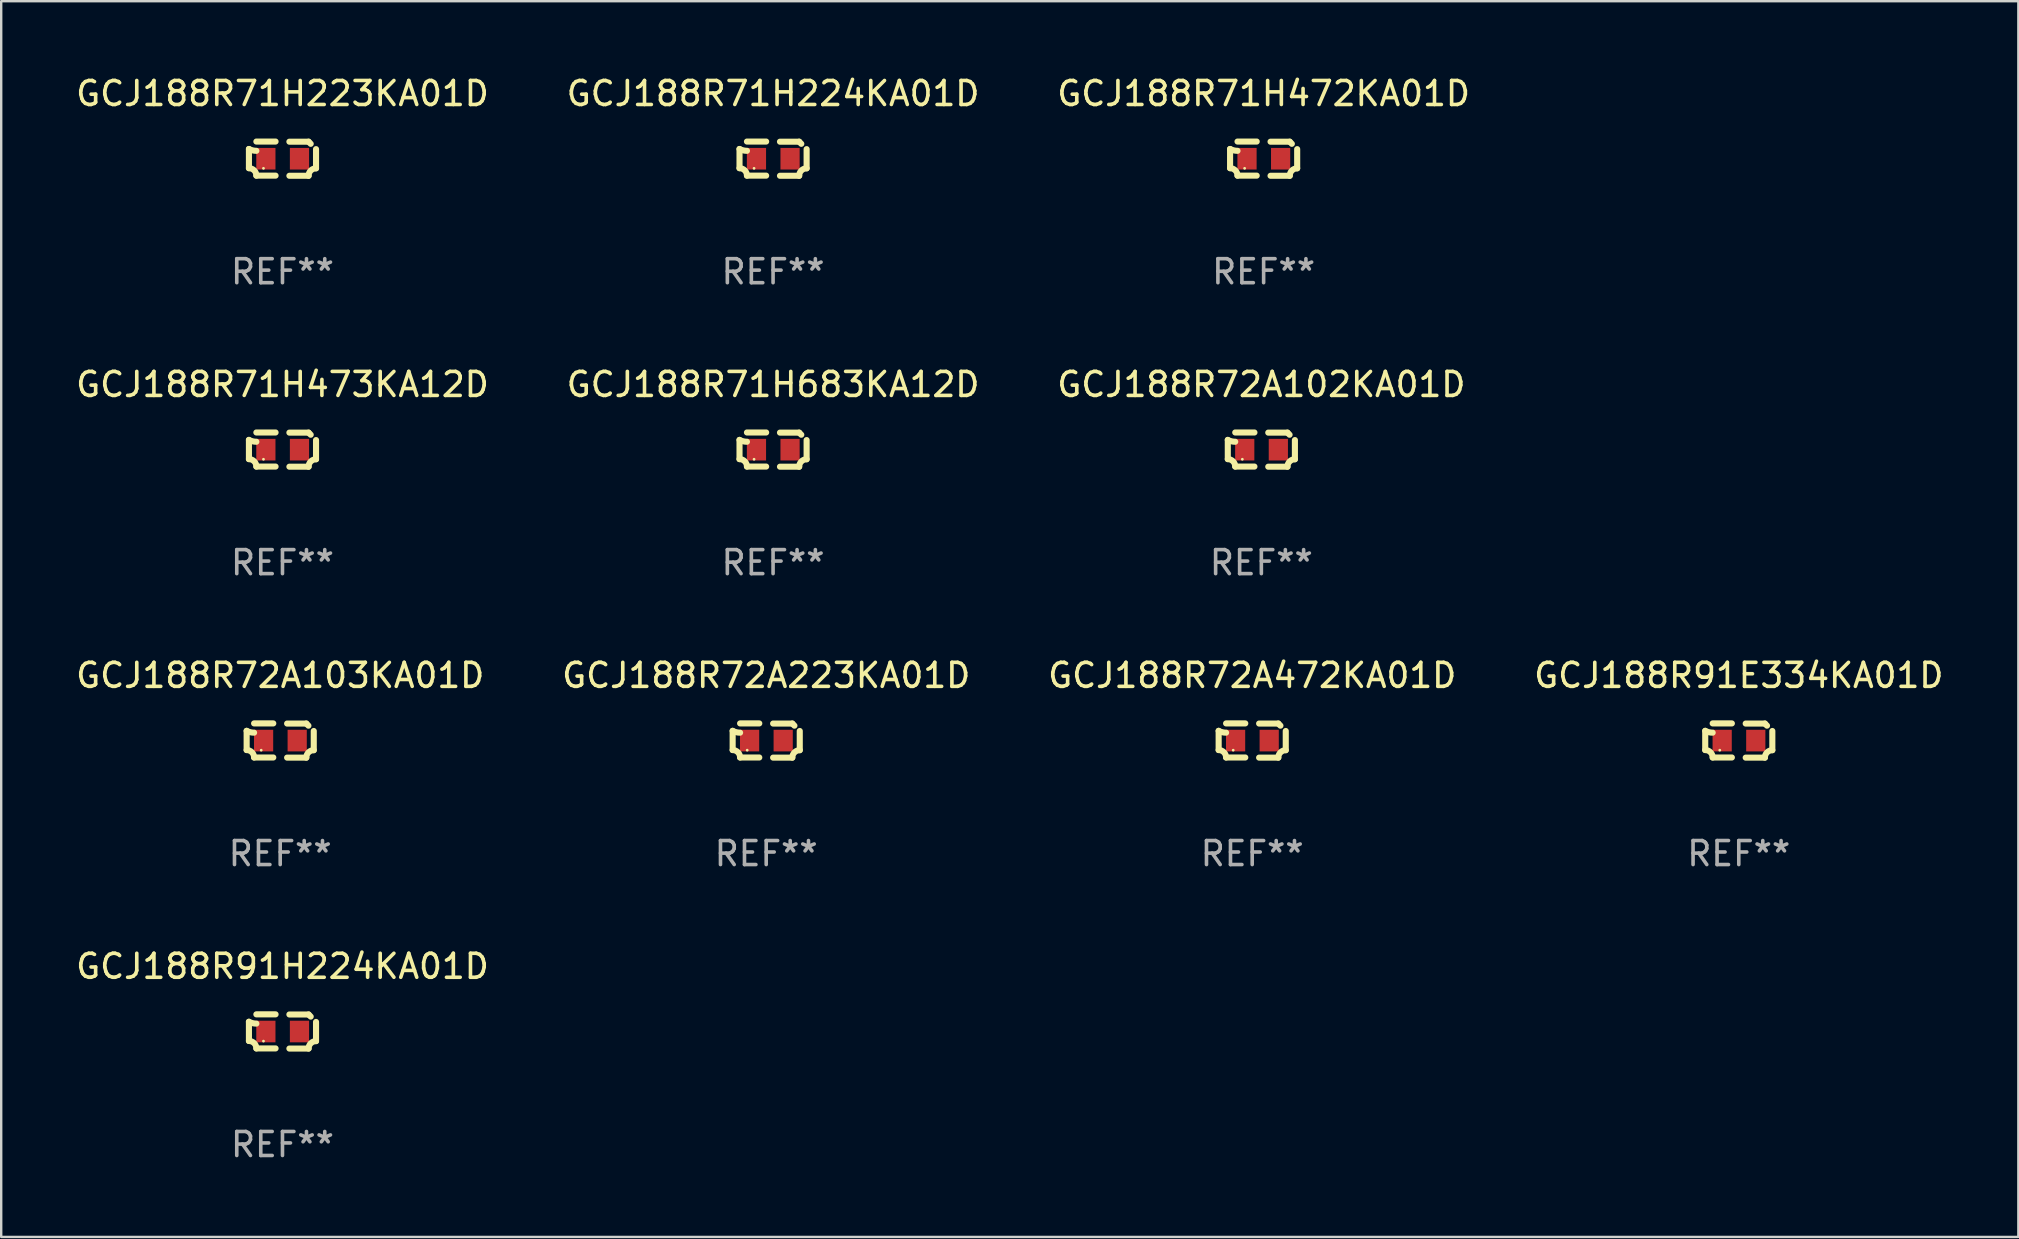
<source format=kicad_pcb>
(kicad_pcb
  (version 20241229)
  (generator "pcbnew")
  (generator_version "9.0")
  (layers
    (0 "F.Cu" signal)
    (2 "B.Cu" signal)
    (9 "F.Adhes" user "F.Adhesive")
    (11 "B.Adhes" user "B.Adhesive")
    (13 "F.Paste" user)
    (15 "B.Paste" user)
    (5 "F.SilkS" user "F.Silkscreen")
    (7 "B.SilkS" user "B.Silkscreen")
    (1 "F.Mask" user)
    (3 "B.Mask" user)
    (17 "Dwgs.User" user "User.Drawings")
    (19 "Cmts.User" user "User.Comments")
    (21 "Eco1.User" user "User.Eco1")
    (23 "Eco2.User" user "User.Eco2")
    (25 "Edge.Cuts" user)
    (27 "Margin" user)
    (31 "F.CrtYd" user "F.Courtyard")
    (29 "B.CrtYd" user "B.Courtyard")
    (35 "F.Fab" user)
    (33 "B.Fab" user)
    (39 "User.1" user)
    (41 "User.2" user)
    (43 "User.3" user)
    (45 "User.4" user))
  (footprint "GCJ188R91H224KA01D"
    (layer "F.Cu")
    (at 8.72 39.927)
    (property "Reference" "GCJ188R91H224KA01D" (at 0 -2.713 0) (layer "F.SilkS") (effects (font (size 1 1) (thickness 0.15))))
    (attr through_hole)
    (fp_line (start -1.398 -0.403) (end -1.398 0.397) (stroke (width 0.254) (type solid)) (layer "F.SilkS"))
    (fp_line (start -0.288 -0.713) (end -1.088 -0.713) (stroke (width 0.254) (type solid)) (layer "F.SilkS"))
    (fp_line (start -0.288 0.707) (end -1.088 0.707) (stroke (width 0.254) (type solid)) (layer "F.SilkS"))
    (fp_line (start 0.288 -0.707) (end 1.088 -0.707) (stroke (width 0.254) (type solid)) (layer "F.SilkS"))
    (fp_line (start 0.288 0.713) (end 1.088 0.713) (stroke (width 0.254) (type solid)) (layer "F.SilkS"))
    (fp_line (start 1.398 -0.397) (end 1.398 0.403) (stroke (width 0.254) (type solid)) (layer "F.SilkS"))
    (fp_arc (start -1.397789 0.397066) (mid -1.178701 0.487826) (end -1.08796 0.706922) (stroke (width 0.254001) (type solid)) (layer "F.SilkS"))
    (fp_arc (start -1.08796 -0.327176) (mid -1.247436 -0.346384) (end -1.39779 -0.402908) (stroke (width 0.254001) (type solid)) (layer "F.SilkS"))
    (fp_arc (start 1.087909 0.712738) (mid 1.178656 0.493655) (end 1.397739 0.402908) (stroke (width 0.254001) (type solid)) (layer "F.SilkS"))
    (fp_arc (start 1.175925 -0.618926) (mid 1.131917 -0.662923) (end 1.08791 -0.706922) (stroke (width 0.254001) (type solid)) (layer "F.SilkS"))
    (fp_circle (center -0.792 0.403) (end -0.762 0.403) (stroke (width 0.06) (type solid)) (fill no) (layer "F.SilkS"))
    (fp_text user "REF**" (at 0 4.713 0) (layer "F.Fab") (effects (font (size 1 1) (thickness 0.15))))
    (pad "1" smd rect (at -0.692 0.003) (size 0.8 0.9) (layers "F.Cu" "F.Mask" "F.Paste"))
    (pad "2" smd rect (at 0.708 0.003) (size 0.8 0.9) (layers "F.Cu" "F.Mask" "F.Paste")))
  (footprint "GCJ188R91E334KA01D"
    (layer "F.Cu")
    (at 69.399 27.805)
    (property "Reference" "GCJ188R91E334KA01D" (at 0 -2.713 0) (layer "F.SilkS") (effects (font (size 1 1) (thickness 0.15))))
    (attr through_hole)
    (fp_line (start -1.398 -0.403) (end -1.398 0.397) (stroke (width 0.254) (type solid)) (layer "F.SilkS"))
    (fp_line (start -0.288 -0.713) (end -1.088 -0.713) (stroke (width 0.254) (type solid)) (layer "F.SilkS"))
    (fp_line (start -0.288 0.707) (end -1.088 0.707) (stroke (width 0.254) (type solid)) (layer "F.SilkS"))
    (fp_line (start 0.288 -0.707) (end 1.088 -0.707) (stroke (width 0.254) (type solid)) (layer "F.SilkS"))
    (fp_line (start 0.288 0.713) (end 1.088 0.713) (stroke (width 0.254) (type solid)) (layer "F.SilkS"))
    (fp_line (start 1.398 -0.397) (end 1.398 0.403) (stroke (width 0.254) (type solid)) (layer "F.SilkS"))
    (fp_arc (start -1.397789 0.397066) (mid -1.178701 0.487826) (end -1.08796 0.706922) (stroke (width 0.254001) (type solid)) (layer "F.SilkS"))
    (fp_arc (start -1.08796 -0.327176) (mid -1.247436 -0.346384) (end -1.39779 -0.402908) (stroke (width 0.254001) (type solid)) (layer "F.SilkS"))
    (fp_arc (start 1.087909 0.712738) (mid 1.178656 0.493655) (end 1.397739 0.402908) (stroke (width 0.254001) (type solid)) (layer "F.SilkS"))
    (fp_arc (start 1.175925 -0.618926) (mid 1.131917 -0.662923) (end 1.08791 -0.706922) (stroke (width 0.254001) (type solid)) (layer "F.SilkS"))
    (fp_circle (center -0.792 0.403) (end -0.762 0.403) (stroke (width 0.06) (type solid)) (fill no) (layer "F.SilkS"))
    (fp_text user "REF**" (at 0 4.713 0) (layer "F.Fab") (effects (font (size 1 1) (thickness 0.15))))
    (pad "1" smd rect (at -0.692 0.003) (size 0.8 0.9) (layers "F.Cu" "F.Mask" "F.Paste"))
    (pad "2" smd rect (at 0.708 0.003) (size 0.8 0.9) (layers "F.Cu" "F.Mask" "F.Paste")))
  (footprint "GCJ188R71H472KA01D"
    (layer "F.Cu")
    (at 49.601 3.561)
    (property "Reference" "GCJ188R71H472KA01D" (at 0 -2.713 0) (layer "F.SilkS") (effects (font (size 1 1) (thickness 0.15))))
    (attr through_hole)
    (fp_line (start -1.398 -0.403) (end -1.398 0.397) (stroke (width 0.254) (type solid)) (layer "F.SilkS"))
    (fp_line (start -0.288 -0.713) (end -1.088 -0.713) (stroke (width 0.254) (type solid)) (layer "F.SilkS"))
    (fp_line (start -0.288 0.707) (end -1.088 0.707) (stroke (width 0.254) (type solid)) (layer "F.SilkS"))
    (fp_line (start 0.288 -0.707) (end 1.088 -0.707) (stroke (width 0.254) (type solid)) (layer "F.SilkS"))
    (fp_line (start 0.288 0.713) (end 1.088 0.713) (stroke (width 0.254) (type solid)) (layer "F.SilkS"))
    (fp_line (start 1.398 -0.397) (end 1.398 0.403) (stroke (width 0.254) (type solid)) (layer "F.SilkS"))
    (fp_arc (start -1.397789 0.397066) (mid -1.178701 0.487826) (end -1.08796 0.706922) (stroke (width 0.254001) (type solid)) (layer "F.SilkS"))
    (fp_arc (start -1.08796 -0.327176) (mid -1.247436 -0.346384) (end -1.39779 -0.402908) (stroke (width 0.254001) (type solid)) (layer "F.SilkS"))
    (fp_arc (start 1.087909 0.712738) (mid 1.178656 0.493655) (end 1.397739 0.402908) (stroke (width 0.254001) (type solid)) (layer "F.SilkS"))
    (fp_arc (start 1.175925 -0.618926) (mid 1.131917 -0.662923) (end 1.08791 -0.706922) (stroke (width 0.254001) (type solid)) (layer "F.SilkS"))
    (fp_circle (center -0.792 0.403) (end -0.762 0.403) (stroke (width 0.06) (type solid)) (fill no) (layer "F.SilkS"))
    (fp_text user "REF**" (at 0 4.713 0) (layer "F.Fab") (effects (font (size 1 1) (thickness 0.15))))
    (pad "1" smd rect (at -0.692 0.003) (size 0.8 0.9) (layers "F.Cu" "F.Mask" "F.Paste"))
    (pad "2" smd rect (at 0.708 0.003) (size 0.8 0.9) (layers "F.Cu" "F.Mask" "F.Paste")))
  (footprint "GCJ188R71H683KA12D"
    (layer "F.Cu")
    (at 29.161 15.683)
    (property "Reference" "GCJ188R71H683KA12D" (at 0 -2.713 0) (layer "F.SilkS") (effects (font (size 1 1) (thickness 0.15))))
    (attr through_hole)
    (fp_line (start -1.398 -0.403) (end -1.398 0.397) (stroke (width 0.254) (type solid)) (layer "F.SilkS"))
    (fp_line (start -0.288 -0.713) (end -1.088 -0.713) (stroke (width 0.254) (type solid)) (layer "F.SilkS"))
    (fp_line (start -0.288 0.707) (end -1.088 0.707) (stroke (width 0.254) (type solid)) (layer "F.SilkS"))
    (fp_line (start 0.288 -0.707) (end 1.088 -0.707) (stroke (width 0.254) (type solid)) (layer "F.SilkS"))
    (fp_line (start 0.288 0.713) (end 1.088 0.713) (stroke (width 0.254) (type solid)) (layer "F.SilkS"))
    (fp_line (start 1.398 -0.397) (end 1.398 0.403) (stroke (width 0.254) (type solid)) (layer "F.SilkS"))
    (fp_arc (start -1.397789 0.397066) (mid -1.178701 0.487826) (end -1.08796 0.706922) (stroke (width 0.254001) (type solid)) (layer "F.SilkS"))
    (fp_arc (start -1.08796 -0.327176) (mid -1.247436 -0.346384) (end -1.39779 -0.402908) (stroke (width 0.254001) (type solid)) (layer "F.SilkS"))
    (fp_arc (start 1.087909 0.712738) (mid 1.178656 0.493655) (end 1.397739 0.402908) (stroke (width 0.254001) (type solid)) (layer "F.SilkS"))
    (fp_arc (start 1.175925 -0.618926) (mid 1.131917 -0.662923) (end 1.08791 -0.706922) (stroke (width 0.254001) (type solid)) (layer "F.SilkS"))
    (fp_circle (center -0.792 0.403) (end -0.762 0.403) (stroke (width 0.06) (type solid)) (fill no) (layer "F.SilkS"))
    (fp_text user "REF**" (at 0 4.713 0) (layer "F.Fab") (effects (font (size 1 1) (thickness 0.15))))
    (pad "1" smd rect (at -0.692 0.003) (size 0.8 0.9) (layers "F.Cu" "F.Mask" "F.Paste"))
    (pad "2" smd rect (at 0.708 0.003) (size 0.8 0.9) (layers "F.Cu" "F.Mask" "F.Paste")))
  (footprint "GCJ188R72A223KA01D"
    (layer "F.Cu")
    (at 28.875 27.805)
    (property "Reference" "GCJ188R72A223KA01D" (at 0 -2.713 0) (layer "F.SilkS") (effects (font (size 1 1) (thickness 0.15))))
    (attr through_hole)
    (fp_line (start -1.398 -0.403) (end -1.398 0.397) (stroke (width 0.254) (type solid)) (layer "F.SilkS"))
    (fp_line (start -0.288 -0.713) (end -1.088 -0.713) (stroke (width 0.254) (type solid)) (layer "F.SilkS"))
    (fp_line (start -0.288 0.707) (end -1.088 0.707) (stroke (width 0.254) (type solid)) (layer "F.SilkS"))
    (fp_line (start 0.288 -0.707) (end 1.088 -0.707) (stroke (width 0.254) (type solid)) (layer "F.SilkS"))
    (fp_line (start 0.288 0.713) (end 1.088 0.713) (stroke (width 0.254) (type solid)) (layer "F.SilkS"))
    (fp_line (start 1.398 -0.397) (end 1.398 0.403) (stroke (width 0.254) (type solid)) (layer "F.SilkS"))
    (fp_arc (start -1.397789 0.397066) (mid -1.178701 0.487826) (end -1.08796 0.706922) (stroke (width 0.254001) (type solid)) (layer "F.SilkS"))
    (fp_arc (start -1.08796 -0.327176) (mid -1.247436 -0.346384) (end -1.39779 -0.402908) (stroke (width 0.254001) (type solid)) (layer "F.SilkS"))
    (fp_arc (start 1.087909 0.712738) (mid 1.178656 0.493655) (end 1.397739 0.402908) (stroke (width 0.254001) (type solid)) (layer "F.SilkS"))
    (fp_arc (start 1.175925 -0.618926) (mid 1.131917 -0.662923) (end 1.08791 -0.706922) (stroke (width 0.254001) (type solid)) (layer "F.SilkS"))
    (fp_circle (center -0.792 0.403) (end -0.762 0.403) (stroke (width 0.06) (type solid)) (fill no) (layer "F.SilkS"))
    (fp_text user "REF**" (at 0 4.713 0) (layer "F.Fab") (effects (font (size 1 1) (thickness 0.15))))
    (pad "1" smd rect (at -0.692 0.003) (size 0.8 0.9) (layers "F.Cu" "F.Mask" "F.Paste"))
    (pad "2" smd rect (at 0.708 0.003) (size 0.8 0.9) (layers "F.Cu" "F.Mask" "F.Paste")))
  (footprint "GCJ188R72A102KA01D"
    (layer "F.Cu")
    (at 49.506 15.683)
    (property "Reference" "GCJ188R72A102KA01D" (at 0 -2.713 0) (layer "F.SilkS") (effects (font (size 1 1) (thickness 0.15))))
    (attr through_hole)
    (fp_line (start -1.398 -0.403) (end -1.398 0.397) (stroke (width 0.254) (type solid)) (layer "F.SilkS"))
    (fp_line (start -0.288 -0.713) (end -1.088 -0.713) (stroke (width 0.254) (type solid)) (layer "F.SilkS"))
    (fp_line (start -0.288 0.707) (end -1.088 0.707) (stroke (width 0.254) (type solid)) (layer "F.SilkS"))
    (fp_line (start 0.288 -0.707) (end 1.088 -0.707) (stroke (width 0.254) (type solid)) (layer "F.SilkS"))
    (fp_line (start 0.288 0.713) (end 1.088 0.713) (stroke (width 0.254) (type solid)) (layer "F.SilkS"))
    (fp_line (start 1.398 -0.397) (end 1.398 0.403) (stroke (width 0.254) (type solid)) (layer "F.SilkS"))
    (fp_arc (start -1.397789 0.397066) (mid -1.178701 0.487826) (end -1.08796 0.706922) (stroke (width 0.254001) (type solid)) (layer "F.SilkS"))
    (fp_arc (start -1.08796 -0.327176) (mid -1.247436 -0.346384) (end -1.39779 -0.402908) (stroke (width 0.254001) (type solid)) (layer "F.SilkS"))
    (fp_arc (start 1.087909 0.712738) (mid 1.178656 0.493655) (end 1.397739 0.402908) (stroke (width 0.254001) (type solid)) (layer "F.SilkS"))
    (fp_arc (start 1.175925 -0.618926) (mid 1.131917 -0.662923) (end 1.08791 -0.706922) (stroke (width 0.254001) (type solid)) (layer "F.SilkS"))
    (fp_circle (center -0.792 0.403) (end -0.762 0.403) (stroke (width 0.06) (type solid)) (fill no) (layer "F.SilkS"))
    (fp_text user "REF**" (at 0 4.713 0) (layer "F.Fab") (effects (font (size 1 1) (thickness 0.15))))
    (pad "1" smd rect (at -0.692 0.003) (size 0.8 0.9) (layers "F.Cu" "F.Mask" "F.Paste"))
    (pad "2" smd rect (at 0.708 0.003) (size 0.8 0.9) (layers "F.Cu" "F.Mask" "F.Paste")))
  (footprint "GCJ188R71H223KA01D"
    (layer "F.Cu")
    (at 8.72 3.561)
    (property "Reference" "GCJ188R71H223KA01D" (at 0 -2.713 0) (layer "F.SilkS") (effects (font (size 1 1) (thickness 0.15))))
    (attr through_hole)
    (fp_line (start -1.398 -0.403) (end -1.398 0.397) (stroke (width 0.254) (type solid)) (layer "F.SilkS"))
    (fp_line (start -0.288 -0.713) (end -1.088 -0.713) (stroke (width 0.254) (type solid)) (layer "F.SilkS"))
    (fp_line (start -0.288 0.707) (end -1.088 0.707) (stroke (width 0.254) (type solid)) (layer "F.SilkS"))
    (fp_line (start 0.288 -0.707) (end 1.088 -0.707) (stroke (width 0.254) (type solid)) (layer "F.SilkS"))
    (fp_line (start 0.288 0.713) (end 1.088 0.713) (stroke (width 0.254) (type solid)) (layer "F.SilkS"))
    (fp_line (start 1.398 -0.397) (end 1.398 0.403) (stroke (width 0.254) (type solid)) (layer "F.SilkS"))
    (fp_arc (start -1.397789 0.397066) (mid -1.178701 0.487826) (end -1.08796 0.706922) (stroke (width 0.254001) (type solid)) (layer "F.SilkS"))
    (fp_arc (start -1.08796 -0.327176) (mid -1.247436 -0.346384) (end -1.39779 -0.402908) (stroke (width 0.254001) (type solid)) (layer "F.SilkS"))
    (fp_arc (start 1.087909 0.712738) (mid 1.178656 0.493655) (end 1.397739 0.402908) (stroke (width 0.254001) (type solid)) (layer "F.SilkS"))
    (fp_arc (start 1.175925 -0.618926) (mid 1.131917 -0.662923) (end 1.08791 -0.706922) (stroke (width 0.254001) (type solid)) (layer "F.SilkS"))
    (fp_circle (center -0.792 0.403) (end -0.762 0.403) (stroke (width 0.06) (type solid)) (fill no) (layer "F.SilkS"))
    (fp_text user "REF**" (at 0 4.713 0) (layer "F.Fab") (effects (font (size 1 1) (thickness 0.15))))
    (pad "1" smd rect (at -0.692 0.003) (size 0.8 0.9) (layers "F.Cu" "F.Mask" "F.Paste"))
    (pad "2" smd rect (at 0.708 0.003) (size 0.8 0.9) (layers "F.Cu" "F.Mask" "F.Paste")))
  (footprint "GCJ188R72A103KA01D"
    (layer "F.Cu")
    (at 8.625 27.805)
    (property "Reference" "GCJ188R72A103KA01D" (at 0 -2.713 0) (layer "F.SilkS") (effects (font (size 1 1) (thickness 0.15))))
    (attr through_hole)
    (fp_line (start -1.398 -0.403) (end -1.398 0.397) (stroke (width 0.254) (type solid)) (layer "F.SilkS"))
    (fp_line (start -0.288 -0.713) (end -1.088 -0.713) (stroke (width 0.254) (type solid)) (layer "F.SilkS"))
    (fp_line (start -0.288 0.707) (end -1.088 0.707) (stroke (width 0.254) (type solid)) (layer "F.SilkS"))
    (fp_line (start 0.288 -0.707) (end 1.088 -0.707) (stroke (width 0.254) (type solid)) (layer "F.SilkS"))
    (fp_line (start 0.288 0.713) (end 1.088 0.713) (stroke (width 0.254) (type solid)) (layer "F.SilkS"))
    (fp_line (start 1.398 -0.397) (end 1.398 0.403) (stroke (width 0.254) (type solid)) (layer "F.SilkS"))
    (fp_arc (start -1.397789 0.397066) (mid -1.178701 0.487826) (end -1.08796 0.706922) (stroke (width 0.254001) (type solid)) (layer "F.SilkS"))
    (fp_arc (start -1.08796 -0.327176) (mid -1.247436 -0.346384) (end -1.39779 -0.402908) (stroke (width 0.254001) (type solid)) (layer "F.SilkS"))
    (fp_arc (start 1.087909 0.712738) (mid 1.178656 0.493655) (end 1.397739 0.402908) (stroke (width 0.254001) (type solid)) (layer "F.SilkS"))
    (fp_arc (start 1.175925 -0.618926) (mid 1.131917 -0.662923) (end 1.08791 -0.706922) (stroke (width 0.254001) (type solid)) (layer "F.SilkS"))
    (fp_circle (center -0.792 0.403) (end -0.762 0.403) (stroke (width 0.06) (type solid)) (fill no) (layer "F.SilkS"))
    (fp_text user "REF**" (at 0 4.713 0) (layer "F.Fab") (effects (font (size 1 1) (thickness 0.15))))
    (pad "1" smd rect (at -0.692 0.003) (size 0.8 0.9) (layers "F.Cu" "F.Mask" "F.Paste"))
    (pad "2" smd rect (at 0.708 0.003) (size 0.8 0.9) (layers "F.Cu" "F.Mask" "F.Paste")))
  (footprint "GCJ188R71H473KA12D"
    (layer "F.Cu")
    (at 8.72 15.683)
    (property "Reference" "GCJ188R71H473KA12D" (at 0 -2.713 0) (layer "F.SilkS") (effects (font (size 1 1) (thickness 0.15))))
    (attr through_hole)
    (fp_line (start -1.398 -0.403) (end -1.398 0.397) (stroke (width 0.254) (type solid)) (layer "F.SilkS"))
    (fp_line (start -0.288 -0.713) (end -1.088 -0.713) (stroke (width 0.254) (type solid)) (layer "F.SilkS"))
    (fp_line (start -0.288 0.707) (end -1.088 0.707) (stroke (width 0.254) (type solid)) (layer "F.SilkS"))
    (fp_line (start 0.288 -0.707) (end 1.088 -0.707) (stroke (width 0.254) (type solid)) (layer "F.SilkS"))
    (fp_line (start 0.288 0.713) (end 1.088 0.713) (stroke (width 0.254) (type solid)) (layer "F.SilkS"))
    (fp_line (start 1.398 -0.397) (end 1.398 0.403) (stroke (width 0.254) (type solid)) (layer "F.SilkS"))
    (fp_arc (start -1.397789 0.397066) (mid -1.178701 0.487826) (end -1.08796 0.706922) (stroke (width 0.254001) (type solid)) (layer "F.SilkS"))
    (fp_arc (start -1.08796 -0.327176) (mid -1.247436 -0.346384) (end -1.39779 -0.402908) (stroke (width 0.254001) (type solid)) (layer "F.SilkS"))
    (fp_arc (start 1.087909 0.712738) (mid 1.178656 0.493655) (end 1.397739 0.402908) (stroke (width 0.254001) (type solid)) (layer "F.SilkS"))
    (fp_arc (start 1.175925 -0.618926) (mid 1.131917 -0.662923) (end 1.08791 -0.706922) (stroke (width 0.254001) (type solid)) (layer "F.SilkS"))
    (fp_circle (center -0.792 0.403) (end -0.762 0.403) (stroke (width 0.06) (type solid)) (fill no) (layer "F.SilkS"))
    (fp_text user "REF**" (at 0 4.713 0) (layer "F.Fab") (effects (font (size 1 1) (thickness 0.15))))
    (pad "1" smd rect (at -0.692 0.003) (size 0.8 0.9) (layers "F.Cu" "F.Mask" "F.Paste"))
    (pad "2" smd rect (at 0.708 0.003) (size 0.8 0.9) (layers "F.Cu" "F.Mask" "F.Paste")))
  (footprint "GCJ188R72A472KA01D"
    (layer "F.Cu")
    (at 49.125 27.805)
    (property "Reference" "GCJ188R72A472KA01D" (at 0 -2.713 0) (layer "F.SilkS") (effects (font (size 1 1) (thickness 0.15))))
    (attr through_hole)
    (fp_line (start -1.398 -0.403) (end -1.398 0.397) (stroke (width 0.254) (type solid)) (layer "F.SilkS"))
    (fp_line (start -0.288 -0.713) (end -1.088 -0.713) (stroke (width 0.254) (type solid)) (layer "F.SilkS"))
    (fp_line (start -0.288 0.707) (end -1.088 0.707) (stroke (width 0.254) (type solid)) (layer "F.SilkS"))
    (fp_line (start 0.288 -0.707) (end 1.088 -0.707) (stroke (width 0.254) (type solid)) (layer "F.SilkS"))
    (fp_line (start 0.288 0.713) (end 1.088 0.713) (stroke (width 0.254) (type solid)) (layer "F.SilkS"))
    (fp_line (start 1.398 -0.397) (end 1.398 0.403) (stroke (width 0.254) (type solid)) (layer "F.SilkS"))
    (fp_arc (start -1.397789 0.397066) (mid -1.178701 0.487826) (end -1.08796 0.706922) (stroke (width 0.254001) (type solid)) (layer "F.SilkS"))
    (fp_arc (start -1.08796 -0.327176) (mid -1.247436 -0.346384) (end -1.39779 -0.402908) (stroke (width 0.254001) (type solid)) (layer "F.SilkS"))
    (fp_arc (start 1.087909 0.712738) (mid 1.178656 0.493655) (end 1.397739 0.402908) (stroke (width 0.254001) (type solid)) (layer "F.SilkS"))
    (fp_arc (start 1.175925 -0.618926) (mid 1.131917 -0.662923) (end 1.08791 -0.706922) (stroke (width 0.254001) (type solid)) (layer "F.SilkS"))
    (fp_circle (center -0.792 0.403) (end -0.762 0.403) (stroke (width 0.06) (type solid)) (fill no) (layer "F.SilkS"))
    (fp_text user "REF**" (at 0 4.713 0) (layer "F.Fab") (effects (font (size 1 1) (thickness 0.15))))
    (pad "1" smd rect (at -0.692 0.003) (size 0.8 0.9) (layers "F.Cu" "F.Mask" "F.Paste"))
    (pad "2" smd rect (at 0.708 0.003) (size 0.8 0.9) (layers "F.Cu" "F.Mask" "F.Paste")))
  (footprint "GCJ188R71H224KA01D"
    (layer "F.Cu")
    (at 29.161 3.561)
    (property "Reference" "GCJ188R71H224KA01D" (at 0 -2.713 0) (layer "F.SilkS") (effects (font (size 1 1) (thickness 0.15))))
    (attr through_hole)
    (fp_line (start -1.398 -0.403) (end -1.398 0.397) (stroke (width 0.254) (type solid)) (layer "F.SilkS"))
    (fp_line (start -0.288 -0.713) (end -1.088 -0.713) (stroke (width 0.254) (type solid)) (layer "F.SilkS"))
    (fp_line (start -0.288 0.707) (end -1.088 0.707) (stroke (width 0.254) (type solid)) (layer "F.SilkS"))
    (fp_line (start 0.288 -0.707) (end 1.088 -0.707) (stroke (width 0.254) (type solid)) (layer "F.SilkS"))
    (fp_line (start 0.288 0.713) (end 1.088 0.713) (stroke (width 0.254) (type solid)) (layer "F.SilkS"))
    (fp_line (start 1.398 -0.397) (end 1.398 0.403) (stroke (width 0.254) (type solid)) (layer "F.SilkS"))
    (fp_arc (start -1.397789 0.397066) (mid -1.178701 0.487826) (end -1.08796 0.706922) (stroke (width 0.254001) (type solid)) (layer "F.SilkS"))
    (fp_arc (start -1.08796 -0.327176) (mid -1.247436 -0.346384) (end -1.39779 -0.402908) (stroke (width 0.254001) (type solid)) (layer "F.SilkS"))
    (fp_arc (start 1.087909 0.712738) (mid 1.178656 0.493655) (end 1.397739 0.402908) (stroke (width 0.254001) (type solid)) (layer "F.SilkS"))
    (fp_arc (start 1.175925 -0.618926) (mid 1.131917 -0.662923) (end 1.08791 -0.706922) (stroke (width 0.254001) (type solid)) (layer "F.SilkS"))
    (fp_circle (center -0.792 0.403) (end -0.762 0.403) (stroke (width 0.06) (type solid)) (fill no) (layer "F.SilkS"))
    (fp_text user "REF**" (at 0 4.713 0) (layer "F.Fab") (effects (font (size 1 1) (thickness 0.15))))
    (pad "1" smd rect (at -0.692 0.003) (size 0.8 0.9) (layers "F.Cu" "F.Mask" "F.Paste"))
    (pad "2" smd rect (at 0.708 0.003) (size 0.8 0.9) (layers "F.Cu" "F.Mask" "F.Paste")))
  (gr_rect
    (start -3 -3)
    (end 81.048 48.488)
    (stroke (width 0.1) (type default))
    (fill no)
    (layer "Edge.Cuts")))
</source>
